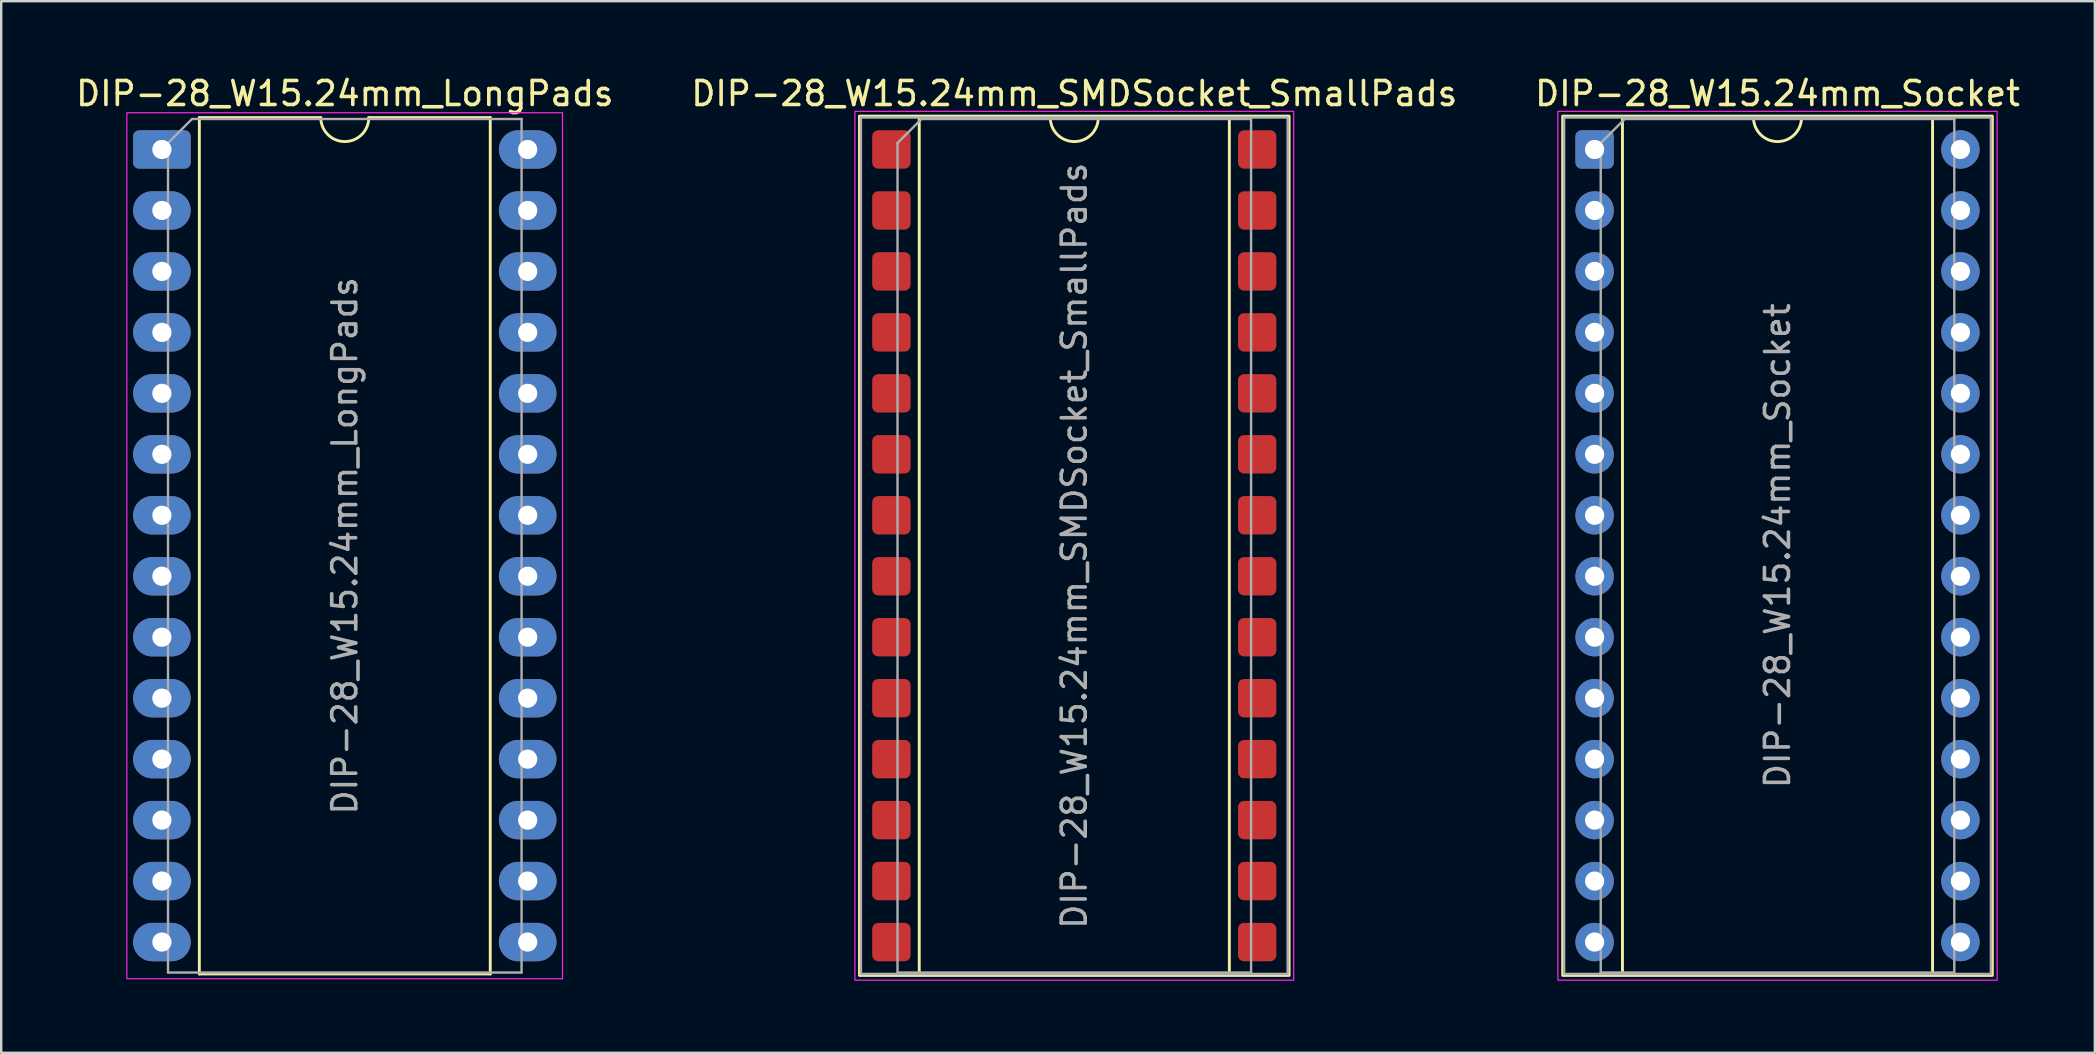
<source format=kicad_pcb>
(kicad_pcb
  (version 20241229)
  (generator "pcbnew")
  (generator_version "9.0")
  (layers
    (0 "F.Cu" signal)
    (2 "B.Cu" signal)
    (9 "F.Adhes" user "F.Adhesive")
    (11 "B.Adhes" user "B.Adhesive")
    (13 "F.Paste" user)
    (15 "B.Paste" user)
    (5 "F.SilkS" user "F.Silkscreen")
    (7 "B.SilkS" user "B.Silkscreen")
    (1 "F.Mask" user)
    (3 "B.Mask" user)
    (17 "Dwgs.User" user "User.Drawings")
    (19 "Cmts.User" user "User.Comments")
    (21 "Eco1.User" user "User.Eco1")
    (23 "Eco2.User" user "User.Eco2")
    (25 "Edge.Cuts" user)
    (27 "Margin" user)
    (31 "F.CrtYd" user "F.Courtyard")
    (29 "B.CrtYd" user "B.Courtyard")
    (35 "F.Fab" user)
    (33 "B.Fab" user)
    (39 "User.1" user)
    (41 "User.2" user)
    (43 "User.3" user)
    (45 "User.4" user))
  (footprint "DIP-28_W15.24mm_LongPads"
    (layer "F.Cu")
    (at 3.695 3.178)
    (property "Reference" "DIP-28_W15.24mm_LongPads" (at 7.62 -2.33 0) (layer "F.SilkS") (effects (font (size 1 1) (thickness 0.15))))
    (attr through_hole)
    (fp_line (start 1.56 -1.33) (end 1.56 34.35) (stroke (width 0.12) (type solid)) (layer "F.SilkS"))
    (fp_line (start 1.56 34.35) (end 13.68 34.35) (stroke (width 0.12) (type solid)) (layer "F.SilkS"))
    (fp_line (start 6.62 -1.33) (end 1.56 -1.33) (stroke (width 0.12) (type solid)) (layer "F.SilkS"))
    (fp_line (start 13.68 -1.33) (end 8.62 -1.33) (stroke (width 0.12) (type solid)) (layer "F.SilkS"))
    (fp_line (start 13.68 34.35) (end 13.68 -1.33) (stroke (width 0.12) (type solid)) (layer "F.SilkS"))
    (fp_arc (start 8.62 -1.33) (mid 7.62 -0.33) (end 6.62 -1.33) (stroke (width 0.12) (type solid)) (layer "F.SilkS"))
    (fp_rect (start -1.46 -1.53) (end 16.69 34.55) (stroke (width 0.05) (type solid)) (fill no) (layer "F.CrtYd"))
    (fp_line (start 0.255 -0.27) (end 1.255 -1.27) (stroke (width 0.1) (type solid)) (layer "F.Fab"))
    (fp_line (start 0.255 34.29) (end 0.255 -0.27) (stroke (width 0.1) (type solid)) (layer "F.Fab"))
    (fp_line (start 1.255 -1.27) (end 14.985 -1.27) (stroke (width 0.1) (type solid)) (layer "F.Fab"))
    (fp_line (start 14.985 -1.27) (end 14.985 34.29) (stroke (width 0.1) (type solid)) (layer "F.Fab"))
    (fp_line (start 14.985 34.29) (end 0.255 34.29) (stroke (width 0.1) (type solid)) (layer "F.Fab"))
    (fp_text user "${REFERENCE}" (at 7.62 16.51 90) (layer "F.Fab") (effects (font (size 1 1) (thickness 0.15))))
    (pad "1" thru_hole roundrect (at 0 0) (size 2.4 1.6) (drill 0.8) (layers "*.Cu" "*.Mask") (roundrect_rratio 0.156))
    (pad "2" thru_hole oval (at 0 2.54) (size 2.4 1.6) (drill 0.8) (layers "*.Cu" "*.Mask"))
    (pad "3" thru_hole oval (at 0 5.08) (size 2.4 1.6) (drill 0.8) (layers "*.Cu" "*.Mask"))
    (pad "4" thru_hole oval (at 0 7.62) (size 2.4 1.6) (drill 0.8) (layers "*.Cu" "*.Mask"))
    (pad "5" thru_hole oval (at 0 10.16) (size 2.4 1.6) (drill 0.8) (layers "*.Cu" "*.Mask"))
    (pad "6" thru_hole oval (at 0 12.7) (size 2.4 1.6) (drill 0.8) (layers "*.Cu" "*.Mask"))
    (pad "7" thru_hole oval (at 0 15.24) (size 2.4 1.6) (drill 0.8) (layers "*.Cu" "*.Mask"))
    (pad "8" thru_hole oval (at 0 17.78) (size 2.4 1.6) (drill 0.8) (layers "*.Cu" "*.Mask"))
    (pad "9" thru_hole oval (at 0 20.32) (size 2.4 1.6) (drill 0.8) (layers "*.Cu" "*.Mask"))
    (pad "10" thru_hole oval (at 0 22.86) (size 2.4 1.6) (drill 0.8) (layers "*.Cu" "*.Mask"))
    (pad "11" thru_hole oval (at 0 25.4) (size 2.4 1.6) (drill 0.8) (layers "*.Cu" "*.Mask"))
    (pad "12" thru_hole oval (at 0 27.94) (size 2.4 1.6) (drill 0.8) (layers "*.Cu" "*.Mask"))
    (pad "13" thru_hole oval (at 0 30.48) (size 2.4 1.6) (drill 0.8) (layers "*.Cu" "*.Mask"))
    (pad "14" thru_hole oval (at 0 33.02) (size 2.4 1.6) (drill 0.8) (layers "*.Cu" "*.Mask"))
    (pad "15" thru_hole oval (at 15.24 33.02) (size 2.4 1.6) (drill 0.8) (layers "*.Cu" "*.Mask"))
    (pad "16" thru_hole oval (at 15.24 30.48) (size 2.4 1.6) (drill 0.8) (layers "*.Cu" "*.Mask"))
    (pad "17" thru_hole oval (at 15.24 27.94) (size 2.4 1.6) (drill 0.8) (layers "*.Cu" "*.Mask"))
    (pad "18" thru_hole oval (at 15.24 25.4) (size 2.4 1.6) (drill 0.8) (layers "*.Cu" "*.Mask"))
    (pad "19" thru_hole oval (at 15.24 22.86) (size 2.4 1.6) (drill 0.8) (layers "*.Cu" "*.Mask"))
    (pad "20" thru_hole oval (at 15.24 20.32) (size 2.4 1.6) (drill 0.8) (layers "*.Cu" "*.Mask"))
    (pad "21" thru_hole oval (at 15.24 17.78) (size 2.4 1.6) (drill 0.8) (layers "*.Cu" "*.Mask"))
    (pad "22" thru_hole oval (at 15.24 15.24) (size 2.4 1.6) (drill 0.8) (layers "*.Cu" "*.Mask"))
    (pad "23" thru_hole oval (at 15.24 12.7) (size 2.4 1.6) (drill 0.8) (layers "*.Cu" "*.Mask"))
    (pad "24" thru_hole oval (at 15.24 10.16) (size 2.4 1.6) (drill 0.8) (layers "*.Cu" "*.Mask"))
    (pad "25" thru_hole oval (at 15.24 7.62) (size 2.4 1.6) (drill 0.8) (layers "*.Cu" "*.Mask"))
    (pad "26" thru_hole oval (at 15.24 5.08) (size 2.4 1.6) (drill 0.8) (layers "*.Cu" "*.Mask"))
    (pad "27" thru_hole oval (at 15.24 2.54) (size 2.4 1.6) (drill 0.8) (layers "*.Cu" "*.Mask"))
    (pad "28" thru_hole oval (at 15.24 0) (size 2.4 1.6) (drill 0.8) (layers "*.Cu" "*.Mask")))
  (footprint "DIP-28_W15.24mm_SMDSocket_SmallPads"
    (layer "F.Cu")
    (at 41.708 19.688)
    (property "Reference" "DIP-28_W15.24mm_SMDSocket_SmallPads" (at 0 -18.84 0) (layer "F.SilkS") (effects (font (size 1 1) (thickness 0.15))))
    (attr smd)
    (fp_line (start -6.46 -17.84) (end -6.46 17.84) (stroke (width 0.12) (type solid)) (layer "F.SilkS"))
    (fp_line (start -6.46 17.84) (end 6.46 17.84) (stroke (width 0.12) (type solid)) (layer "F.SilkS"))
    (fp_line (start -1 -17.84) (end -6.46 -17.84) (stroke (width 0.12) (type solid)) (layer "F.SilkS"))
    (fp_line (start 6.46 -17.84) (end 1 -17.84) (stroke (width 0.12) (type solid)) (layer "F.SilkS"))
    (fp_line (start 6.46 17.84) (end 6.46 -17.84) (stroke (width 0.12) (type solid)) (layer "F.SilkS"))
    (fp_rect (start -8.95 -17.9) (end 8.95 17.9) (stroke (width 0.12) (type solid)) (fill no) (layer "F.SilkS"))
    (fp_arc (start 1 -17.84) (mid 0 -16.84) (end -1 -17.84) (stroke (width 0.12) (type solid)) (layer "F.SilkS"))
    (fp_rect (start -9.14 -18.1) (end 9.14 18.1) (stroke (width 0.05) (type solid)) (fill no) (layer "F.CrtYd"))
    (fp_line (start -7.365 -16.78) (end -6.365 -17.78) (stroke (width 0.1) (type solid)) (layer "F.Fab"))
    (fp_line (start -7.365 17.78) (end -7.365 -16.78) (stroke (width 0.1) (type solid)) (layer "F.Fab"))
    (fp_line (start -6.365 -17.78) (end 7.365 -17.78) (stroke (width 0.1) (type solid)) (layer "F.Fab"))
    (fp_line (start 7.365 -17.78) (end 7.365 17.78) (stroke (width 0.1) (type solid)) (layer "F.Fab"))
    (fp_line (start 7.365 17.78) (end -7.365 17.78) (stroke (width 0.1) (type solid)) (layer "F.Fab"))
    (fp_rect (start -8.89 -17.84) (end 8.89 17.84) (stroke (width 0.1) (type solid)) (fill no) (layer "F.Fab"))
    (fp_text user "${REFERENCE}" (at 0 0 90) (layer "F.Fab") (effects (font (size 1 1) (thickness 0.15))))
    (pad "1" smd roundrect (at -7.62 -16.51) (size 1.6 1.6) (layers "F.Cu" "F.Mask" "F.Paste") (roundrect_rratio 0.156))
    (pad "2" smd roundrect (at -7.62 -13.97) (size 1.6 1.6) (layers "F.Cu" "F.Mask" "F.Paste") (roundrect_rratio 0.156))
    (pad "3" smd roundrect (at -7.62 -11.43) (size 1.6 1.6) (layers "F.Cu" "F.Mask" "F.Paste") (roundrect_rratio 0.156))
    (pad "4" smd roundrect (at -7.62 -8.89) (size 1.6 1.6) (layers "F.Cu" "F.Mask" "F.Paste") (roundrect_rratio 0.156))
    (pad "5" smd roundrect (at -7.62 -6.35) (size 1.6 1.6) (layers "F.Cu" "F.Mask" "F.Paste") (roundrect_rratio 0.156))
    (pad "6" smd roundrect (at -7.62 -3.81) (size 1.6 1.6) (layers "F.Cu" "F.Mask" "F.Paste") (roundrect_rratio 0.156))
    (pad "7" smd roundrect (at -7.62 -1.27) (size 1.6 1.6) (layers "F.Cu" "F.Mask" "F.Paste") (roundrect_rratio 0.156))
    (pad "8" smd roundrect (at -7.62 1.27) (size 1.6 1.6) (layers "F.Cu" "F.Mask" "F.Paste") (roundrect_rratio 0.156))
    (pad "9" smd roundrect (at -7.62 3.81) (size 1.6 1.6) (layers "F.Cu" "F.Mask" "F.Paste") (roundrect_rratio 0.156))
    (pad "10" smd roundrect (at -7.62 6.35) (size 1.6 1.6) (layers "F.Cu" "F.Mask" "F.Paste") (roundrect_rratio 0.156))
    (pad "11" smd roundrect (at -7.62 8.89) (size 1.6 1.6) (layers "F.Cu" "F.Mask" "F.Paste") (roundrect_rratio 0.156))
    (pad "12" smd roundrect (at -7.62 11.43) (size 1.6 1.6) (layers "F.Cu" "F.Mask" "F.Paste") (roundrect_rratio 0.156))
    (pad "13" smd roundrect (at -7.62 13.97) (size 1.6 1.6) (layers "F.Cu" "F.Mask" "F.Paste") (roundrect_rratio 0.156))
    (pad "14" smd roundrect (at -7.62 16.51) (size 1.6 1.6) (layers "F.Cu" "F.Mask" "F.Paste") (roundrect_rratio 0.156))
    (pad "15" smd roundrect (at 7.62 16.51) (size 1.6 1.6) (layers "F.Cu" "F.Mask" "F.Paste") (roundrect_rratio 0.156))
    (pad "16" smd roundrect (at 7.62 13.97) (size 1.6 1.6) (layers "F.Cu" "F.Mask" "F.Paste") (roundrect_rratio 0.156))
    (pad "17" smd roundrect (at 7.62 11.43) (size 1.6 1.6) (layers "F.Cu" "F.Mask" "F.Paste") (roundrect_rratio 0.156))
    (pad "18" smd roundrect (at 7.62 8.89) (size 1.6 1.6) (layers "F.Cu" "F.Mask" "F.Paste") (roundrect_rratio 0.156))
    (pad "19" smd roundrect (at 7.62 6.35) (size 1.6 1.6) (layers "F.Cu" "F.Mask" "F.Paste") (roundrect_rratio 0.156))
    (pad "20" smd roundrect (at 7.62 3.81) (size 1.6 1.6) (layers "F.Cu" "F.Mask" "F.Paste") (roundrect_rratio 0.156))
    (pad "21" smd roundrect (at 7.62 1.27) (size 1.6 1.6) (layers "F.Cu" "F.Mask" "F.Paste") (roundrect_rratio 0.156))
    (pad "22" smd roundrect (at 7.62 -1.27) (size 1.6 1.6) (layers "F.Cu" "F.Mask" "F.Paste") (roundrect_rratio 0.156))
    (pad "23" smd roundrect (at 7.62 -3.81) (size 1.6 1.6) (layers "F.Cu" "F.Mask" "F.Paste") (roundrect_rratio 0.156))
    (pad "24" smd roundrect (at 7.62 -6.35) (size 1.6 1.6) (layers "F.Cu" "F.Mask" "F.Paste") (roundrect_rratio 0.156))
    (pad "25" smd roundrect (at 7.62 -8.89) (size 1.6 1.6) (layers "F.Cu" "F.Mask" "F.Paste") (roundrect_rratio 0.156))
    (pad "26" smd roundrect (at 7.62 -11.43) (size 1.6 1.6) (layers "F.Cu" "F.Mask" "F.Paste") (roundrect_rratio 0.156))
    (pad "27" smd roundrect (at 7.62 -13.97) (size 1.6 1.6) (layers "F.Cu" "F.Mask" "F.Paste") (roundrect_rratio 0.156))
    (pad "28" smd roundrect (at 7.62 -16.51) (size 1.6 1.6) (layers "F.Cu" "F.Mask" "F.Paste") (roundrect_rratio 0.156)))
  (footprint "DIP-28_W15.24mm_Socket"
    (layer "F.Cu")
    (at 63.386 3.178)
    (property "Reference" "DIP-28_W15.24mm_Socket" (at 7.62 -2.33 0) (layer "F.SilkS") (effects (font (size 1 1) (thickness 0.15))))
    (attr through_hole)
    (fp_line (start 1.16 -1.33) (end 1.16 34.35) (stroke (width 0.12) (type solid)) (layer "F.SilkS"))
    (fp_line (start 1.16 34.35) (end 14.08 34.35) (stroke (width 0.12) (type solid)) (layer "F.SilkS"))
    (fp_line (start 6.62 -1.33) (end 1.16 -1.33) (stroke (width 0.12) (type solid)) (layer "F.SilkS"))
    (fp_line (start 14.08 -1.33) (end 8.62 -1.33) (stroke (width 0.12) (type solid)) (layer "F.SilkS"))
    (fp_line (start 14.08 34.35) (end 14.08 -1.33) (stroke (width 0.12) (type solid)) (layer "F.SilkS"))
    (fp_rect (start -1.33 -1.39) (end 16.57 34.41) (stroke (width 0.12) (type solid)) (fill no) (layer "F.SilkS"))
    (fp_arc (start 8.62 -1.33) (mid 7.62 -0.33) (end 6.62 -1.33) (stroke (width 0.12) (type solid)) (layer "F.SilkS"))
    (fp_rect (start -1.53 -1.59) (end 16.77 34.61) (stroke (width 0.05) (type solid)) (fill no) (layer "F.CrtYd"))
    (fp_line (start 0.255 -0.27) (end 1.255 -1.27) (stroke (width 0.1) (type solid)) (layer "F.Fab"))
    (fp_line (start 0.255 34.29) (end 0.255 -0.27) (stroke (width 0.1) (type solid)) (layer "F.Fab"))
    (fp_line (start 1.255 -1.27) (end 14.985 -1.27) (stroke (width 0.1) (type solid)) (layer "F.Fab"))
    (fp_line (start 14.985 -1.27) (end 14.985 34.29) (stroke (width 0.1) (type solid)) (layer "F.Fab"))
    (fp_line (start 14.985 34.29) (end 0.255 34.29) (stroke (width 0.1) (type solid)) (layer "F.Fab"))
    (fp_rect (start -1.27 -1.33) (end 16.51 34.35) (stroke (width 0.1) (type solid)) (fill no) (layer "F.Fab"))
    (fp_text user "${REFERENCE}" (at 7.62 16.51 90) (layer "F.Fab") (effects (font (size 1 1) (thickness 0.15))))
    (pad "1" thru_hole roundrect (at 0 0) (size 1.6 1.6) (drill 0.8) (layers "*.Cu" "*.Mask") (roundrect_rratio 0.156))
    (pad "2" thru_hole circle (at 0 2.54) (size 1.6 1.6) (drill 0.8) (layers "*.Cu" "*.Mask"))
    (pad "3" thru_hole circle (at 0 5.08) (size 1.6 1.6) (drill 0.8) (layers "*.Cu" "*.Mask"))
    (pad "4" thru_hole circle (at 0 7.62) (size 1.6 1.6) (drill 0.8) (layers "*.Cu" "*.Mask"))
    (pad "5" thru_hole circle (at 0 10.16) (size 1.6 1.6) (drill 0.8) (layers "*.Cu" "*.Mask"))
    (pad "6" thru_hole circle (at 0 12.7) (size 1.6 1.6) (drill 0.8) (layers "*.Cu" "*.Mask"))
    (pad "7" thru_hole circle (at 0 15.24) (size 1.6 1.6) (drill 0.8) (layers "*.Cu" "*.Mask"))
    (pad "8" thru_hole circle (at 0 17.78) (size 1.6 1.6) (drill 0.8) (layers "*.Cu" "*.Mask"))
    (pad "9" thru_hole circle (at 0 20.32) (size 1.6 1.6) (drill 0.8) (layers "*.Cu" "*.Mask"))
    (pad "10" thru_hole circle (at 0 22.86) (size 1.6 1.6) (drill 0.8) (layers "*.Cu" "*.Mask"))
    (pad "11" thru_hole circle (at 0 25.4) (size 1.6 1.6) (drill 0.8) (layers "*.Cu" "*.Mask"))
    (pad "12" thru_hole circle (at 0 27.94) (size 1.6 1.6) (drill 0.8) (layers "*.Cu" "*.Mask"))
    (pad "13" thru_hole circle (at 0 30.48) (size 1.6 1.6) (drill 0.8) (layers "*.Cu" "*.Mask"))
    (pad "14" thru_hole circle (at 0 33.02) (size 1.6 1.6) (drill 0.8) (layers "*.Cu" "*.Mask"))
    (pad "15" thru_hole circle (at 15.24 33.02) (size 1.6 1.6) (drill 0.8) (layers "*.Cu" "*.Mask"))
    (pad "16" thru_hole circle (at 15.24 30.48) (size 1.6 1.6) (drill 0.8) (layers "*.Cu" "*.Mask"))
    (pad "17" thru_hole circle (at 15.24 27.94) (size 1.6 1.6) (drill 0.8) (layers "*.Cu" "*.Mask"))
    (pad "18" thru_hole circle (at 15.24 25.4) (size 1.6 1.6) (drill 0.8) (layers "*.Cu" "*.Mask"))
    (pad "19" thru_hole circle (at 15.24 22.86) (size 1.6 1.6) (drill 0.8) (layers "*.Cu" "*.Mask"))
    (pad "20" thru_hole circle (at 15.24 20.32) (size 1.6 1.6) (drill 0.8) (layers "*.Cu" "*.Mask"))
    (pad "21" thru_hole circle (at 15.24 17.78) (size 1.6 1.6) (drill 0.8) (layers "*.Cu" "*.Mask"))
    (pad "22" thru_hole circle (at 15.24 15.24) (size 1.6 1.6) (drill 0.8) (layers "*.Cu" "*.Mask"))
    (pad "23" thru_hole circle (at 15.24 12.7) (size 1.6 1.6) (drill 0.8) (layers "*.Cu" "*.Mask"))
    (pad "24" thru_hole circle (at 15.24 10.16) (size 1.6 1.6) (drill 0.8) (layers "*.Cu" "*.Mask"))
    (pad "25" thru_hole circle (at 15.24 7.62) (size 1.6 1.6) (drill 0.8) (layers "*.Cu" "*.Mask"))
    (pad "26" thru_hole circle (at 15.24 5.08) (size 1.6 1.6) (drill 0.8) (layers "*.Cu" "*.Mask"))
    (pad "27" thru_hole circle (at 15.24 2.54) (size 1.6 1.6) (drill 0.8) (layers "*.Cu" "*.Mask"))
    (pad "28" thru_hole circle (at 15.24 0) (size 1.6 1.6) (drill 0.8) (layers "*.Cu" "*.Mask")))
  (gr_rect
    (start -3 -3)
    (end 84.226 40.813)
    (stroke (width 0.1) (type default))
    (fill no)
    (layer "Edge.Cuts")))
</source>
